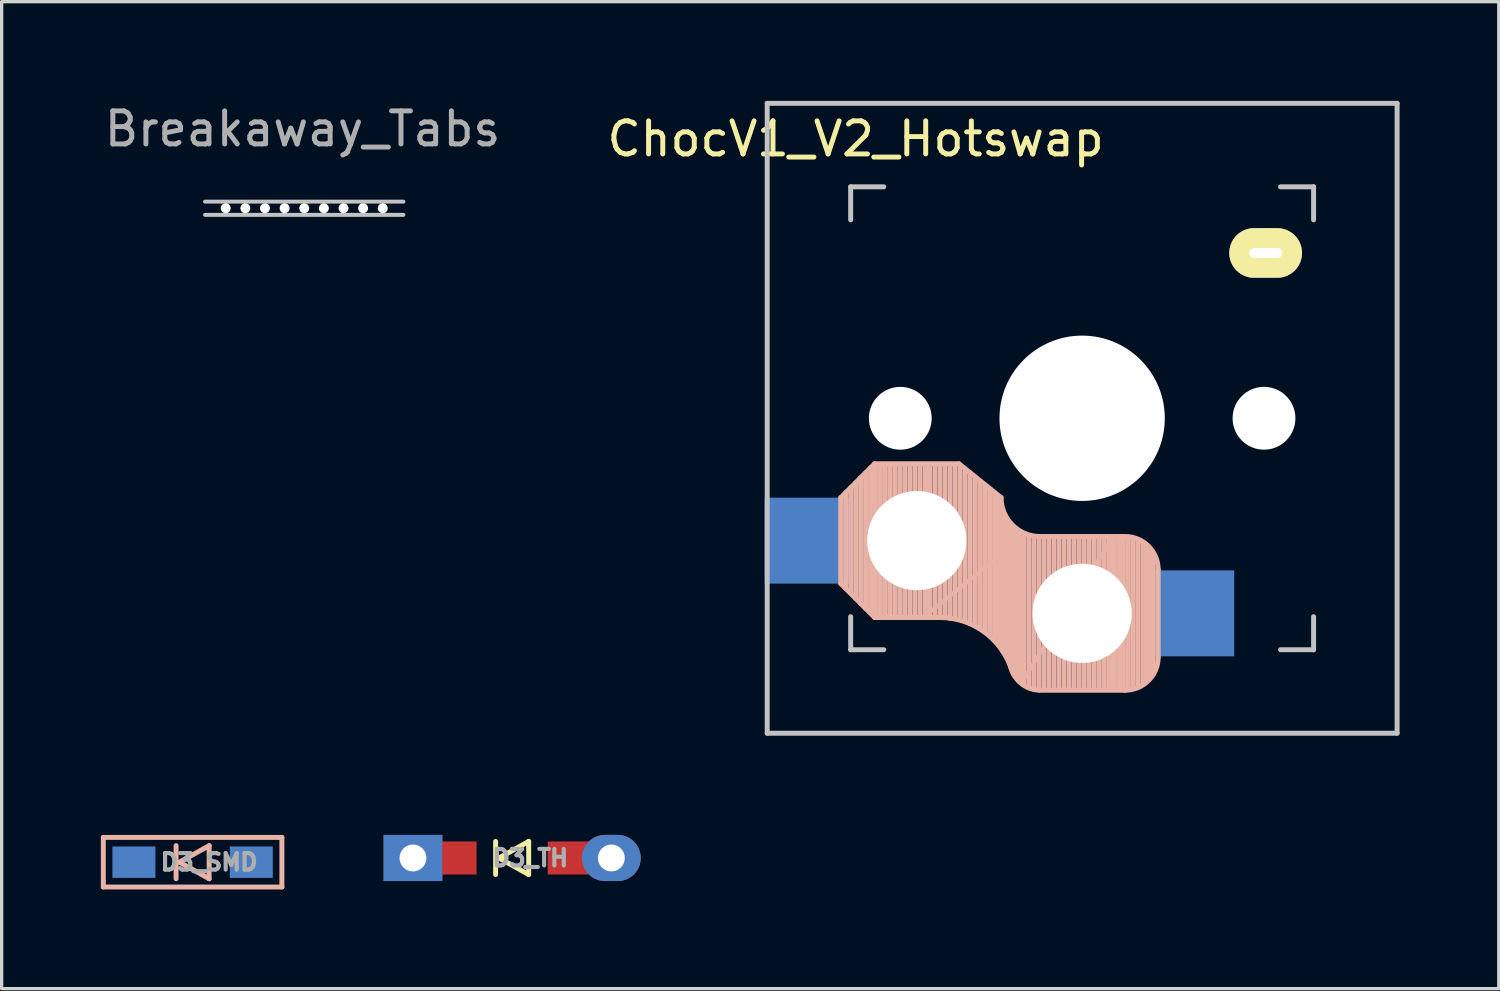
<source format=kicad_pcb>
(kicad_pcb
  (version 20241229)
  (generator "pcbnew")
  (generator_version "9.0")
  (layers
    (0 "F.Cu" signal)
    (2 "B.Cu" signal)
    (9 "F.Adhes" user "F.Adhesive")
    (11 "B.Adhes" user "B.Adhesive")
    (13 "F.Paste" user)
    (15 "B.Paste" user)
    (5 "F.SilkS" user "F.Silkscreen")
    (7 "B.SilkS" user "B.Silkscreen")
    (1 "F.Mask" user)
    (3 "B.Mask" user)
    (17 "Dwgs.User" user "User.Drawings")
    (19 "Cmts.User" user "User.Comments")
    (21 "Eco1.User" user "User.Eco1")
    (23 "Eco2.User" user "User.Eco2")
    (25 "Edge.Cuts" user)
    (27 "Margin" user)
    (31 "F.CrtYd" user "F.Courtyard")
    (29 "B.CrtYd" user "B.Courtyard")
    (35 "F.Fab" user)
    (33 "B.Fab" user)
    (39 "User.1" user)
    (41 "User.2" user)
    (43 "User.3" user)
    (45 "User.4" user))
  (footprint "ChocV1_V2_Hotswap"
    (layer "F.Cu")
    (at 29.677 9.6)
    (property "Reference" "ChocV1_V2_Hotswap" (at -6.85 -8.45 0) (layer "F.SilkS") (effects (font (size 1 1) (thickness 0.15))))
    (attr through_hole)
    (fp_line (start -7.3 2.4) (end -7.3 5) (stroke (width 0.15) (type solid)) (layer "B.SilkS"))
    (fp_line (start -7.3 2.4) (end -6.275 1.375) (stroke (width 0.15) (type solid)) (layer "B.SilkS"))
    (fp_line (start -7.3 5) (end -6.275 6.025) (stroke (width 0.15) (type solid)) (layer "B.SilkS"))
    (fp_line (start -7.15 5.15) (end -7.15 2.25) (stroke (width 0.15) (type solid)) (layer "B.SilkS"))
    (fp_line (start -7 5.25) (end -7 2.1) (stroke (width 0.15) (type solid)) (layer "B.SilkS"))
    (fp_line (start -6.85 5.45) (end -6.85 1.95) (stroke (width 0.15) (type solid)) (layer "B.SilkS"))
    (fp_line (start -6.7 5.6) (end -6.7 1.8) (stroke (width 0.15) (type solid)) (layer "B.SilkS"))
    (fp_line (start -6.55 5.75) (end -6.55 1.65) (stroke (width 0.15) (type solid)) (layer "B.SilkS"))
    (fp_line (start -6.4 5.85) (end -6.4 1.5) (stroke (width 0.15) (type solid)) (layer "B.SilkS"))
    (fp_line (start -6.25 6) (end -6.25 1.4) (stroke (width 0.15) (type solid)) (layer "B.SilkS"))
    (fp_line (start -6.1 6) (end -6.1 1.4) (stroke (width 0.15) (type solid)) (layer "B.SilkS"))
    (fp_line (start -5.95 6) (end -5.95 1.4) (stroke (width 0.15) (type solid)) (layer "B.SilkS"))
    (fp_line (start -5.8 6) (end -5.8 1.4) (stroke (width 0.15) (type solid)) (layer "B.SilkS"))
    (fp_line (start -5.65 6) (end -5.65 1.4) (stroke (width 0.15) (type solid)) (layer "B.SilkS"))
    (fp_line (start -5.5 6) (end -5.5 1.4) (stroke (width 0.15) (type solid)) (layer "B.SilkS"))
    (fp_line (start -5.35 6) (end -5.35 1.4) (stroke (width 0.15) (type solid)) (layer "B.SilkS"))
    (fp_line (start -5.2 6) (end -5.2 1.4) (stroke (width 0.15) (type solid)) (layer "B.SilkS"))
    (fp_line (start -5.05 6) (end -5.05 1.4) (stroke (width 0.15) (type solid)) (layer "B.SilkS"))
    (fp_line (start -4.9 6) (end -4.9 1.4) (stroke (width 0.15) (type solid)) (layer "B.SilkS"))
    (fp_line (start -4.75 6) (end -4.75 1.4) (stroke (width 0.15) (type solid)) (layer "B.SilkS"))
    (fp_line (start -4.65 5.9) (end -4.65 1.4) (stroke (width 0.12) (type solid)) (layer "B.SilkS"))
    (fp_line (start -4.6 6) (end -4.6 1.4) (stroke (width 0.15) (type solid)) (layer "B.SilkS"))
    (fp_line (start -4.45 6) (end -4.45 1.4) (stroke (width 0.15) (type solid)) (layer "B.SilkS"))
    (fp_line (start -4.3 6) (end -4.3 1.4) (stroke (width 0.15) (type solid)) (layer "B.SilkS"))
    (fp_line (start -4.3 6.025) (end -6.275 6.025) (stroke (width 0.15) (type solid)) (layer "B.SilkS"))
    (fp_line (start -4.15 6) (end -4.15 1.45) (stroke (width 0.15) (type solid)) (layer "B.SilkS"))
    (fp_line (start -4 6.05) (end -4 1.4) (stroke (width 0.15) (type solid)) (layer "B.SilkS"))
    (fp_line (start -3.85 6.05) (end -3.85 1.4) (stroke (width 0.15) (type solid)) (layer "B.SilkS"))
    (fp_line (start -3.725 1.375) (end -6.275 1.375) (stroke (width 0.15) (type solid)) (layer "B.SilkS"))
    (fp_line (start -3.725 1.375) (end -2.45 2.4) (stroke (width 0.15) (type solid)) (layer "B.SilkS"))
    (fp_line (start -3.7 6.05) (end -3.7 1.45) (stroke (width 0.15) (type solid)) (layer "B.SilkS"))
    (fp_line (start -3.55 6.1) (end -3.55 1.55) (stroke (width 0.15) (type solid)) (layer "B.SilkS"))
    (fp_line (start -3.4 6.2) (end -3.4 1.65) (stroke (width 0.15) (type solid)) (layer "B.SilkS"))
    (fp_line (start -3.25 6.25) (end -3.25 1.8) (stroke (width 0.15) (type solid)) (layer "B.SilkS"))
    (fp_line (start -3.1 6.35) (end -3.1 1.9) (stroke (width 0.15) (type solid)) (layer "B.SilkS"))
    (fp_line (start -2.95 6.45) (end -2.95 2.05) (stroke (width 0.15) (type solid)) (layer "B.SilkS"))
    (fp_line (start -2.8 6.55) (end -2.8 2.15) (stroke (width 0.15) (type solid)) (layer "B.SilkS"))
    (fp_line (start -2.65 6.7) (end -2.65 2.25) (stroke (width 0.15) (type solid)) (layer "B.SilkS"))
    (fp_line (start -2.5 6.85) (end -2.5 2.4) (stroke (width 0.15) (type solid)) (layer "B.SilkS"))
    (fp_line (start -2.4 7.05) (end -2.4 2.9) (stroke (width 0.15) (type solid)) (layer "B.SilkS"))
    (fp_line (start -2.3 7.2) (end -2.3 3.05) (stroke (width 0.15) (type solid)) (layer "B.SilkS"))
    (fp_line (start -2.2 7.4) (end -2.2 3.25) (stroke (width 0.15) (type solid)) (layer "B.SilkS"))
    (fp_line (start -2.1 7.55) (end -2.1 3.35) (stroke (width 0.15) (type solid)) (layer "B.SilkS"))
    (fp_line (start -2 7.8) (end -2 3.4) (stroke (width 0.15) (type solid)) (layer "B.SilkS"))
    (fp_line (start -1.9 7.95) (end -1.9 3.45) (stroke (width 0.15) (type solid)) (layer "B.SilkS"))
    (fp_line (start -1.8 3.6) (end -4.65 5.9) (stroke (width 0.12) (type solid)) (layer "B.SilkS"))
    (fp_line (start -1.8 7.95) (end -1.8 3.6) (stroke (width 0.12) (type solid)) (layer "B.SilkS"))
    (fp_line (start -1.75 8.05) (end -1.75 3.5) (stroke (width 0.15) (type solid)) (layer "B.SilkS"))
    (fp_line (start -1.6 8.15) (end -1.6 3.6) (stroke (width 0.15) (type solid)) (layer "B.SilkS"))
    (fp_line (start -1.45 8.2) (end -1.45 3.6) (stroke (width 0.15) (type solid)) (layer "B.SilkS"))
    (fp_line (start -1.3 8.2) (end -1.3 3.6) (stroke (width 0.15) (type solid)) (layer "B.SilkS"))
    (fp_line (start -1.15 8.2) (end -1.15 3.65) (stroke (width 0.15) (type solid)) (layer "B.SilkS"))
    (fp_line (start -1 8.2) (end -1 3.6) (stroke (width 0.15) (type solid)) (layer "B.SilkS"))
    (fp_line (start -0.85 8.2) (end -0.85 3.6) (stroke (width 0.15) (type solid)) (layer "B.SilkS"))
    (fp_line (start -0.7 8.2) (end -0.7 3.6) (stroke (width 0.15) (type solid)) (layer "B.SilkS"))
    (fp_line (start -0.55 8.2) (end -0.55 3.6) (stroke (width 0.15) (type solid)) (layer "B.SilkS"))
    (fp_line (start -0.4 8.2) (end -0.4 3.6) (stroke (width 0.15) (type solid)) (layer "B.SilkS"))
    (fp_line (start -0.25 8.2) (end -0.25 3.6) (stroke (width 0.15) (type solid)) (layer "B.SilkS"))
    (fp_line (start -0.1 8.2) (end -0.1 3.6) (stroke (width 0.15) (type solid)) (layer "B.SilkS"))
    (fp_line (start 0.05 8.2) (end 0.05 3.6) (stroke (width 0.15) (type solid)) (layer "B.SilkS"))
    (fp_line (start 0.2 8.2) (end 0.2 3.6) (stroke (width 0.15) (type solid)) (layer "B.SilkS"))
    (fp_line (start 0.35 8.2) (end 0.35 3.6) (stroke (width 0.15) (type solid)) (layer "B.SilkS"))
    (fp_line (start 0.5 8.2) (end 0.5 3.6) (stroke (width 0.15) (type solid)) (layer "B.SilkS"))
    (fp_line (start 0.65 8.2) (end 0.65 3.6) (stroke (width 0.15) (type solid)) (layer "B.SilkS"))
    (fp_line (start 0.8 8.2) (end 0.8 3.6) (stroke (width 0.15) (type solid)) (layer "B.SilkS"))
    (fp_line (start 0.9 3.65) (end -1.8 7.95) (stroke (width 0.12) (type solid)) (layer "B.SilkS"))
    (fp_line (start 0.9 8.1) (end 0.9 3.65) (stroke (width 0.12) (type solid)) (layer "B.SilkS"))
    (fp_line (start 0.95 8.2) (end 0.95 3.6) (stroke (width 0.15) (type solid)) (layer "B.SilkS"))
    (fp_line (start 1.1 8.2) (end 1.1 3.6) (stroke (width 0.15) (type solid)) (layer "B.SilkS"))
    (fp_line (start 1.25 8.2) (end 1.25 3.6) (stroke (width 0.15) (type solid)) (layer "B.SilkS"))
    (fp_line (start 1.3 3.575) (end -1.275 3.575) (stroke (width 0.15) (type solid)) (layer "B.SilkS"))
    (fp_line (start 1.3 8.225) (end -1.3 8.225) (stroke (width 0.15) (type solid)) (layer "B.SilkS"))
    (fp_line (start 1.4 8.2) (end 1.4 3.65) (stroke (width 0.15) (type solid)) (layer "B.SilkS"))
    (fp_line (start 1.55 8.15) (end 1.55 3.65) (stroke (width 0.15) (type solid)) (layer "B.SilkS"))
    (fp_line (start 1.7 8.1) (end 1.7 3.7) (stroke (width 0.15) (type solid)) (layer "B.SilkS"))
    (fp_line (start 1.85 8) (end 1.85 3.8) (stroke (width 0.15) (type solid)) (layer "B.SilkS"))
    (fp_line (start 1.95 7.9) (end 1.95 3.95) (stroke (width 0.15) (type solid)) (layer "B.SilkS"))
    (fp_line (start 2.05 7.8) (end 2.05 4.05) (stroke (width 0.15) (type solid)) (layer "B.SilkS"))
    (fp_line (start 2.15 7.65) (end 2.15 4.1) (stroke (width 0.15) (type solid)) (layer "B.SilkS"))
    (fp_line (start 2.3 4.575) (end 2.3 7.225) (stroke (width 0.15) (type solid)) (layer "B.SilkS"))
    (fp_arc (start -4.3 6.025) (mid -2.995114 6.436429) (end -2.162199 7.521904) (stroke (width 0.15) (type solid)) (layer "B.SilkS"))
    (fp_arc (start -1.300995 8.223791) (mid -1.848284 8.016021) (end -2.162199 7.521904) (stroke (width 0.15) (type solid)) (layer "B.SilkS"))
    (fp_arc (start -1.275 3.575) (mid -2.10585 3.23085) (end -2.45 2.4) (stroke (width 0.15) (type solid)) (layer "B.SilkS"))
    (fp_arc (start 1.3 3.575) (mid 2.007107 3.867893) (end 2.3 4.575) (stroke (width 0.15) (type solid)) (layer "B.SilkS"))
    (fp_arc (start 2.3 7.225) (mid 2.007107 7.932107) (end 1.3 8.225) (stroke (width 0.15) (type solid)) (layer "B.SilkS"))
    (fp_line (start -9.525 -9.525) (end 9.525 -9.525) (stroke (width 0.15) (type solid)) (layer "Dwgs.User"))
    (fp_line (start -9.525 9.525) (end -9.525 -9.525) (stroke (width 0.15) (type solid)) (layer "Dwgs.User"))
    (fp_line (start -7 -7) (end -6 -7) (stroke (width 0.15) (type solid)) (layer "Dwgs.User"))
    (fp_line (start -7 -6) (end -7 -7) (stroke (width 0.15) (type solid)) (layer "Dwgs.User"))
    (fp_line (start -7 7) (end -7 6) (stroke (width 0.15) (type solid)) (layer "Dwgs.User"))
    (fp_line (start -6 7) (end -7 7) (stroke (width 0.15) (type solid)) (layer "Dwgs.User"))
    (fp_line (start 6 7) (end 7 7) (stroke (width 0.15) (type solid)) (layer "Dwgs.User"))
    (fp_line (start 7 -7) (end 6 -7) (stroke (width 0.15) (type solid)) (layer "Dwgs.User"))
    (fp_line (start 7 -6) (end 7 -7) (stroke (width 0.15) (type solid)) (layer "Dwgs.User"))
    (fp_line (start 7 7) (end 7 6) (stroke (width 0.15) (type solid)) (layer "Dwgs.User"))
    (fp_line (start 9.525 -9.525) (end 9.525 9.525) (stroke (width 0.15) (type solid)) (layer "Dwgs.User"))
    (fp_line (start 9.525 9.525) (end -9.525 9.525) (stroke (width 0.15) (type solid)) (layer "Dwgs.User"))
    (pad "" np_thru_hole circle (at -5.5 0 90) (size 1.9 1.9) (drill 1.9) (layers "*.Cu"))
    (pad "" np_thru_hole circle (at -5 3.7 90) (size 3 3) (drill 3) (layers "*.Cu" "*.Mask"))
    (pad "" np_thru_hole circle (at 0 0 90) (size 5 5) (drill 5) (layers "*.Cu"))
    (pad "" np_thru_hole circle (at 0 5.9 90) (size 3 3) (drill 3) (layers "*.Cu" "*.Mask"))
    (pad "" np_thru_hole circle (at 5.5 0 90) (size 1.9 1.9) (drill 1.9) (layers "*.Cu"))
    (pad "" thru_hole oval (at 5.55 -5 180) (size 2.2 1.5) (drill oval 1 0.3) (layers "*.Cu" "B.Mask" "F.SilkS"))
    (pad "1" smd rect (at -8.3 3.7 180) (size 2.6 2.6) (layers "B.Cu" "B.Mask" "B.Paste"))
    (pad "2" smd rect (at 3.3 5.9 180) (size 2.6 2.6) (layers "B.Cu" "B.Mask" "B.Paste")))
  (footprint "D3_SMD"
    (layer "F.Cu")
    (at 2.775 23.025)
    (property "Reference" "D3_SMD" (at 0.5 0 0) (layer "F.Fab") (effects (font (size 0.5 0.5) (thickness 0.125))))
    (attr through_hole)
    (fp_line (start -2.7 -0.75) (end -2.7 0.75) (stroke (width 0.15) (type solid)) (layer "B.SilkS"))
    (fp_line (start -2.7 0.75) (end 2.7 0.75) (stroke (width 0.15) (type solid)) (layer "B.SilkS"))
    (fp_line (start -0.5 -0.5) (end -0.5 0.5) (stroke (width 0.15) (type solid)) (layer "B.SilkS"))
    (fp_line (start -0.4 0) (end 0.5 -0.5) (stroke (width 0.15) (type solid)) (layer "B.SilkS"))
    (fp_line (start 0.5 -0.5) (end 0.5 0.5) (stroke (width 0.15) (type solid)) (layer "B.SilkS"))
    (fp_line (start 0.5 0.5) (end -0.4 0) (stroke (width 0.15) (type solid)) (layer "B.SilkS"))
    (fp_line (start 2.7 -0.75) (end -2.7 -0.75) (stroke (width 0.15) (type solid)) (layer "B.SilkS"))
    (fp_line (start 2.7 0.75) (end 2.7 -0.75) (stroke (width 0.15) (type solid)) (layer "B.SilkS"))
    (pad "1" smd rect (at -1.775 0) (size 1.3 0.95) (layers "B.Cu" "B.Mask" "B.Paste"))
    (pad "2" smd rect (at 1.775 0) (size 1.3 0.95) (layers "B.Cu" "B.Mask" "B.Paste")))
  (footprint "D3_TH"
    (layer "F.Cu")
    (at 12.439 22.898)
    (property "Reference" "D3_TH" (at 0.55 0 180) (layer "F.Fab") (effects (font (size 0.5 0.5) (thickness 0.125))))
    (attr through_hole)
    (fp_line (start -0.5 -0.5) (end -0.5 0.5) (stroke (width 0.15) (type solid)) (layer "F.SilkS"))
    (fp_line (start -0.4 0) (end 0.5 -0.5) (stroke (width 0.15) (type solid)) (layer "F.SilkS"))
    (fp_line (start 0.5 -0.5) (end 0.5 0.5) (stroke (width 0.15) (type solid)) (layer "F.SilkS"))
    (fp_line (start 0.5 0.5) (end -0.4 0) (stroke (width 0.15) (type solid)) (layer "F.SilkS"))
    (pad "1" thru_hole rect (at -3 0) (size 1.778 1.397) (drill 0.813) (layers "*.Cu" "B.Mask"))
    (pad "1" smd rect (at -1.775 0 180) (size 1.4 1) (layers "F.Cu" "F.Mask" "F.Paste"))
    (pad "2" smd rect (at 1.775 0 180) (size 1.4 1) (layers "F.Cu" "F.Mask" "F.Paste"))
    (pad "2" thru_hole oval (at 3 0) (size 1.778 1.397) (drill 0.813) (layers "*.Cu" "B.Mask")))
  (footprint "Breakaway_Tabs"
    (layer "F.Cu")
    (at 6.151 3.248)
    (property "Reference" "Breakaway_Tabs" (at -0.05 -2.4 0) (layer "F.Fab") (effects (font (size 1 1) (thickness 0.15))))
    (attr through_hole)
    (fp_line (start -3 -0.2) (end 3 -0.2) (stroke (width 0.12) (type solid)) (layer "Dwgs.User"))
    (fp_line (start -3 0.2) (end 3 0.2) (stroke (width 0.12) (type solid)) (layer "Dwgs.User"))
    (pad "" np_thru_hole circle (at -2.375 0) (size 0.3 0.3) (drill 0.3) (layers "*.Cu" "*.Mask"))
    (pad "" np_thru_hole circle (at -1.781 0) (size 0.3 0.3) (drill 0.3) (layers "*.Cu" "*.Mask"))
    (pad "" np_thru_hole circle (at -1.188 0) (size 0.3 0.3) (drill 0.3) (layers "*.Cu" "*.Mask"))
    (pad "" np_thru_hole circle (at -0.594 0) (size 0.3 0.3) (drill 0.3) (layers "*.Cu" "*.Mask"))
    (pad "" np_thru_hole circle (at 0 0) (size 0.3 0.3) (drill 0.3) (layers "*.Cu" "*.Mask"))
    (pad "" np_thru_hole circle (at 0.594 0) (size 0.3 0.3) (drill 0.3) (layers "*.Cu" "*.Mask"))
    (pad "" np_thru_hole circle (at 1.188 0) (size 0.3 0.3) (drill 0.3) (layers "*.Cu" "*.Mask"))
    (pad "" np_thru_hole circle (at 1.781 0) (size 0.3 0.3) (drill 0.3) (layers "*.Cu" "*.Mask"))
    (pad "" np_thru_hole circle (at 2.375 0) (size 0.3 0.3) (drill 0.3) (layers "*.Cu" "*.Mask")))
  (gr_rect
    (start -3 -3)
    (end 42.277 26.85)
    (stroke (width 0.1) (type default))
    (fill no)
    (layer "Edge.Cuts")))
</source>
